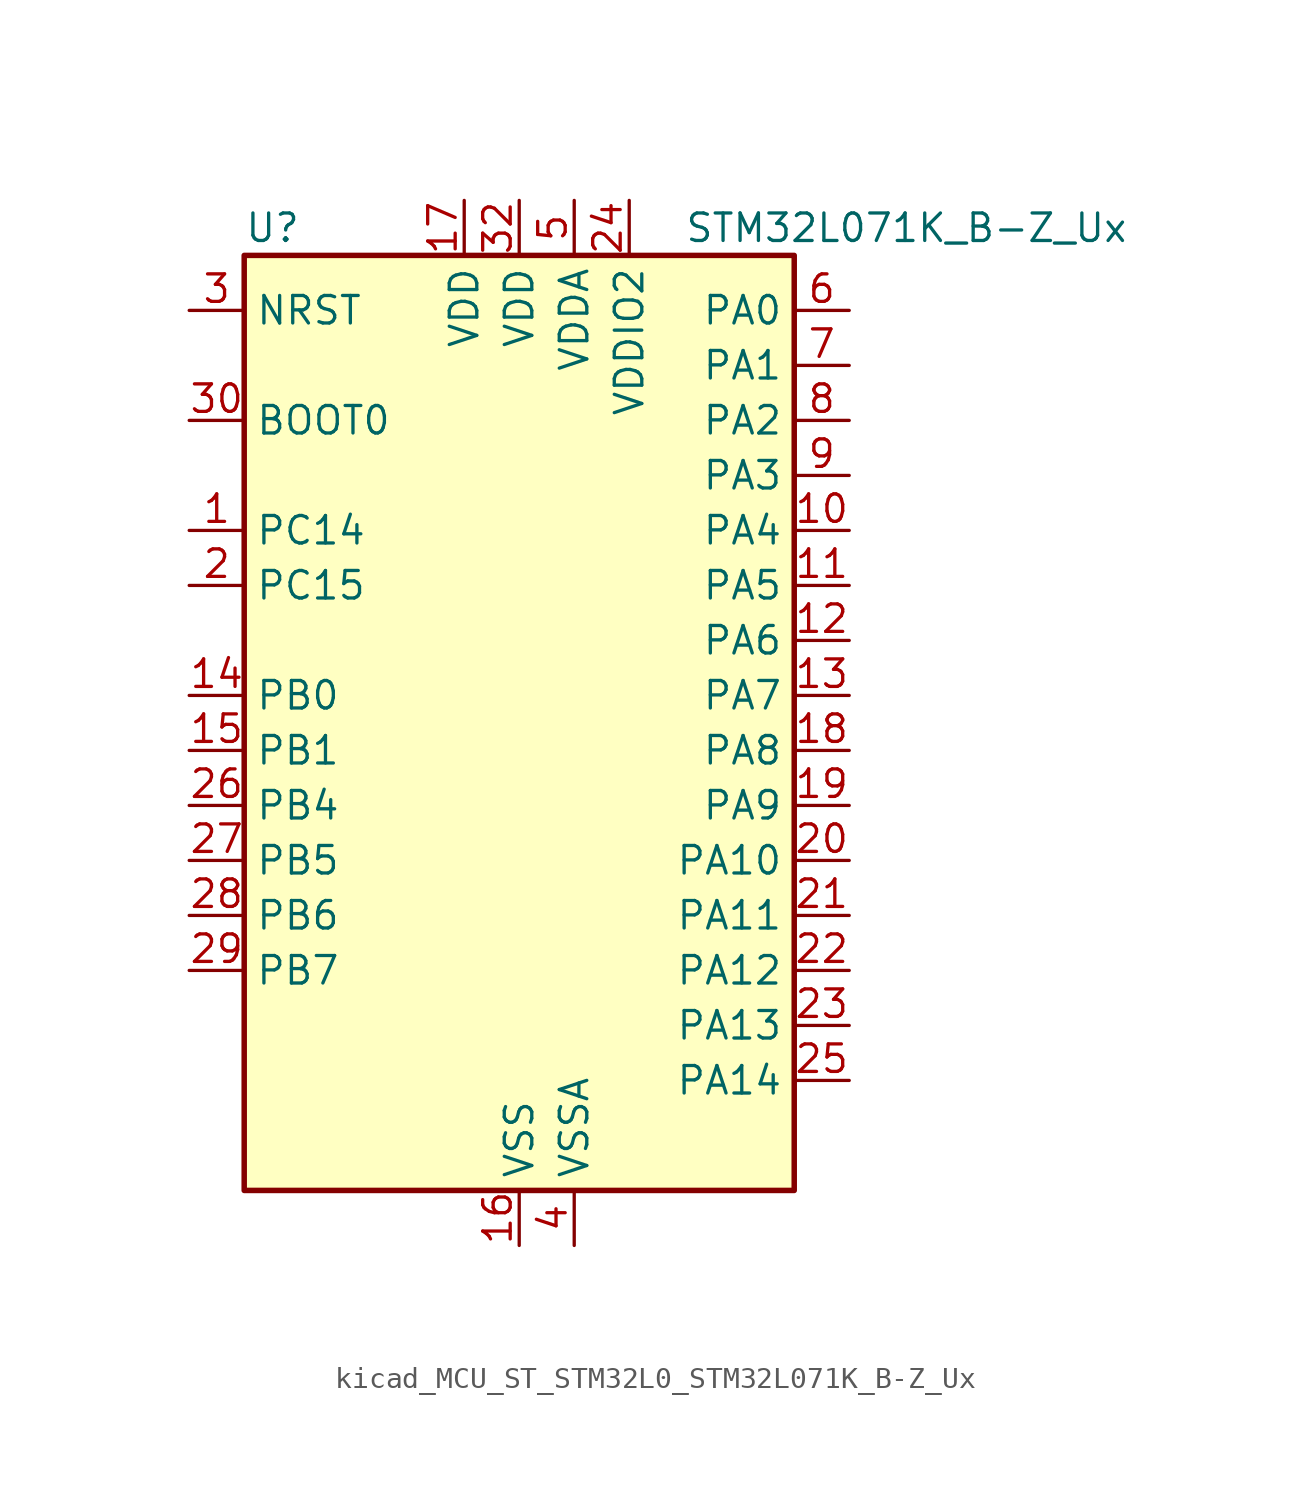
<source format=kicad_sym>
(kicad_symbol_lib
  (version 20220914)
  (generator kicad_symbol_editor)
  (symbol "kicad_MCU_ST_STM32L0_STM32L071K_B-Z_Ux"
    (property "Reference" "U"
      (at -12.7 24.13 0)
      (effects (font (size 1.27 1.27)) (justify left)))
    (property "Value" "STM32L071K_B-Z_Ux"
      (at 7.62 24.13 0)
      (effects (font (size 1.27 1.27)) (justify left)))
    (property "ki_locked" ""
      (at 0 0 0)
      (effects (font (size 1.27 1.27))))
    (symbol "kicad_MCU_ST_STM32L0_STM32L071K_B-Z_Ux_0_1"
      (rectangle (start -12.7 -20.32) (end 12.7 22.86) (stroke (width 0.254) (type default)) (fill (type background))))
    (symbol "kicad_MCU_ST_STM32L0_STM32L071K_B-Z_Ux_1_1"
      (pin bidirectional line (at -15.24 10.16 0) (length 2.54) (name "PC14" (effects (font (size 1.27 1.27)))) (number "1" (effects (font (size 1.27 1.27)))) (alternate "RCC_OSC32_IN" bidirectional line))
      (pin bidirectional line (at 15.24 10.16 180) (length 2.54) (name "PA4" (effects (font (size 1.27 1.27)))) (number "10" (effects (font (size 1.27 1.27)))) (alternate "ADC_IN4" bidirectional line) (alternate "COMP1_INM" bidirectional line) (alternate "COMP2_INM" bidirectional line) (alternate "SPI1_NSS" bidirectional line) (alternate "TIM22_ETR" bidirectional line) (alternate "USART2_CK" bidirectional line))
      (pin bidirectional line (at 15.24 7.62 180) (length 2.54) (name "PA5" (effects (font (size 1.27 1.27)))) (number "11" (effects (font (size 1.27 1.27)))) (alternate "ADC_IN5" bidirectional line) (alternate "COMP1_INM" bidirectional line) (alternate "COMP2_INM" bidirectional line) (alternate "SPI1_SCK" bidirectional line) (alternate "TIM2_CH1" bidirectional line) (alternate "TIM2_ETR" bidirectional line))
      (pin bidirectional line (at 15.24 5.08 180) (length 2.54) (name "PA6" (effects (font (size 1.27 1.27)))) (number "12" (effects (font (size 1.27 1.27)))) (alternate "ADC_IN6" bidirectional line) (alternate "COMP1_OUT" bidirectional line) (alternate "LPUART1_CTS" bidirectional line) (alternate "SPI1_MISO" bidirectional line) (alternate "TIM22_CH1" bidirectional line) (alternate "TIM3_CH1" bidirectional line))
      (pin bidirectional line (at 15.24 2.54 180) (length 2.54) (name "PA7" (effects (font (size 1.27 1.27)))) (number "13" (effects (font (size 1.27 1.27)))) (alternate "ADC_IN7" bidirectional line) (alternate "COMP2_OUT" bidirectional line) (alternate "SPI1_MOSI" bidirectional line) (alternate "TIM22_CH2" bidirectional line) (alternate "TIM3_CH2" bidirectional line))
      (pin bidirectional line (at -15.24 2.54 0) (length 2.54) (name "PB0" (effects (font (size 1.27 1.27)))) (number "14" (effects (font (size 1.27 1.27)))) (alternate "ADC_IN8" bidirectional line) (alternate "SYS_VREF_OUT_PB0" bidirectional line) (alternate "TIM3_CH3" bidirectional line))
      (pin bidirectional line (at -15.24 0 0) (length 2.54) (name "PB1" (effects (font (size 1.27 1.27)))) (number "15" (effects (font (size 1.27 1.27)))) (alternate "ADC_IN9" bidirectional line) (alternate "LPUART1_DE" bidirectional line) (alternate "LPUART1_RTS" bidirectional line) (alternate "SYS_VREF_OUT_PB1" bidirectional line) (alternate "TIM3_CH4" bidirectional line))
      (pin power_in line (at 0 -22.86 90) (length 2.54) (name "VSS" (effects (font (size 1.27 1.27)))) (number "16" (effects (font (size 1.27 1.27)))))
      (pin power_in line (at -2.54 25.4 270) (length 2.54) (name "VDD" (effects (font (size 1.27 1.27)))) (number "17" (effects (font (size 1.27 1.27)))))
      (pin bidirectional line (at 15.24 0 180) (length 2.54) (name "PA8" (effects (font (size 1.27 1.27)))) (number "18" (effects (font (size 1.27 1.27)))) (alternate "I2C3_SCL" bidirectional line) (alternate "RCC_MCO" bidirectional line) (alternate "USART1_CK" bidirectional line))
      (pin bidirectional line (at 15.24 -2.54 180) (length 2.54) (name "PA9" (effects (font (size 1.27 1.27)))) (number "19" (effects (font (size 1.27 1.27)))) (alternate "I2C1_SCL" bidirectional line) (alternate "I2C3_SMBA" bidirectional line) (alternate "RCC_MCO" bidirectional line) (alternate "USART1_TX" bidirectional line))
      (pin bidirectional line (at -15.24 7.62 0) (length 2.54) (name "PC15" (effects (font (size 1.27 1.27)))) (number "2" (effects (font (size 1.27 1.27)))) (alternate "RCC_OSC32_OUT" bidirectional line))
      (pin bidirectional line (at 15.24 -5.08 180) (length 2.54) (name "PA10" (effects (font (size 1.27 1.27)))) (number "20" (effects (font (size 1.27 1.27)))) (alternate "I2C1_SDA" bidirectional line) (alternate "USART1_RX" bidirectional line))
      (pin bidirectional line (at 15.24 -7.62 180) (length 2.54) (name "PA11" (effects (font (size 1.27 1.27)))) (number "21" (effects (font (size 1.27 1.27)))) (alternate "ADC_EXTI11" bidirectional line) (alternate "COMP1_OUT" bidirectional line) (alternate "SPI1_MISO" bidirectional line) (alternate "USART1_CTS" bidirectional line))
      (pin bidirectional line (at 15.24 -10.16 180) (length 2.54) (name "PA12" (effects (font (size 1.27 1.27)))) (number "22" (effects (font (size 1.27 1.27)))) (alternate "COMP2_OUT" bidirectional line) (alternate "SPI1_MOSI" bidirectional line) (alternate "USART1_DE" bidirectional line) (alternate "USART1_RTS" bidirectional line))
      (pin bidirectional line (at 15.24 -12.7 180) (length 2.54) (name "PA13" (effects (font (size 1.27 1.27)))) (number "23" (effects (font (size 1.27 1.27)))) (alternate "LPUART1_RX" bidirectional line) (alternate "SYS_SWDIO" bidirectional line))
      (pin power_in line (at 5.08 25.4 270) (length 2.54) (name "VDDIO2" (effects (font (size 1.27 1.27)))) (number "24" (effects (font (size 1.27 1.27)))))
      (pin bidirectional line (at 15.24 -15.24 180) (length 2.54) (name "PA14" (effects (font (size 1.27 1.27)))) (number "25" (effects (font (size 1.27 1.27)))) (alternate "LPUART1_TX" bidirectional line) (alternate "SYS_SWCLK" bidirectional line) (alternate "USART2_TX" bidirectional line))
      (pin bidirectional line (at -15.24 -2.54 0) (length 2.54) (name "PB4" (effects (font (size 1.27 1.27)))) (number "26" (effects (font (size 1.27 1.27)))) (alternate "COMP2_INP" bidirectional line) (alternate "I2C3_SDA" bidirectional line) (alternate "SPI1_MISO" bidirectional line) (alternate "TIM22_CH1" bidirectional line) (alternate "TIM3_CH1" bidirectional line) (alternate "USART1_CTS" bidirectional line))
      (pin bidirectional line (at -15.24 -5.08 0) (length 2.54) (name "PB5" (effects (font (size 1.27 1.27)))) (number "27" (effects (font (size 1.27 1.27)))) (alternate "COMP2_INP" bidirectional line) (alternate "I2C1_SMBA" bidirectional line) (alternate "LPTIM1_IN1" bidirectional line) (alternate "SPI1_MOSI" bidirectional line) (alternate "TIM22_CH2" bidirectional line) (alternate "TIM3_CH2" bidirectional line) (alternate "USART1_CK" bidirectional line))
      (pin bidirectional line (at -15.24 -7.62 0) (length 2.54) (name "PB6" (effects (font (size 1.27 1.27)))) (number "28" (effects (font (size 1.27 1.27)))) (alternate "COMP2_INP" bidirectional line) (alternate "I2C1_SCL" bidirectional line) (alternate "LPTIM1_ETR" bidirectional line) (alternate "USART1_TX" bidirectional line))
      (pin bidirectional line (at -15.24 -10.16 0) (length 2.54) (name "PB7" (effects (font (size 1.27 1.27)))) (number "29" (effects (font (size 1.27 1.27)))) (alternate "COMP2_INP" bidirectional line) (alternate "I2C1_SDA" bidirectional line) (alternate "LPTIM1_IN2" bidirectional line) (alternate "SYS_PVD_IN" bidirectional line) (alternate "USART1_RX" bidirectional line) (alternate "USART4_CTS" bidirectional line))
      (pin input line (at -15.24 20.32 0) (length 2.54) (name "NRST" (effects (font (size 1.27 1.27)))) (number "3" (effects (font (size 1.27 1.27)))))
      (pin input line (at -15.24 15.24 0) (length 2.54) (name "BOOT0" (effects (font (size 1.27 1.27)))) (number "30" (effects (font (size 1.27 1.27)))))
      (pin passive line (at 0 -22.86 90) (length 2.54) hide (name "VSS" (effects (font (size 1.27 1.27)))) (number "31" (effects (font (size 1.27 1.27)))))
      (pin power_in line (at 0 25.4 270) (length 2.54) (name "VDD" (effects (font (size 1.27 1.27)))) (number "32" (effects (font (size 1.27 1.27)))))
      (pin passive line (at 0 -22.86 90) (length 2.54) hide (name "VSS" (effects (font (size 1.27 1.27)))) (number "33" (effects (font (size 1.27 1.27)))))
      (pin power_in line (at 2.54 -22.86 90) (length 2.54) (name "VSSA" (effects (font (size 1.27 1.27)))) (number "4" (effects (font (size 1.27 1.27)))))
      (pin power_in line (at 2.54 25.4 270) (length 2.54) (name "VDDA" (effects (font (size 1.27 1.27)))) (number "5" (effects (font (size 1.27 1.27)))))
      (pin bidirectional line (at 15.24 20.32 180) (length 2.54) (name "PA0" (effects (font (size 1.27 1.27)))) (number "6" (effects (font (size 1.27 1.27)))) (alternate "ADC_IN0" bidirectional line) (alternate "COMP1_INM" bidirectional line) (alternate "COMP1_OUT" bidirectional line) (alternate "RTC_TAMP2" bidirectional line) (alternate "SYS_WKUP1" bidirectional line) (alternate "TIM2_CH1" bidirectional line) (alternate "TIM2_ETR" bidirectional line) (alternate "USART2_CTS" bidirectional line) (alternate "USART4_TX" bidirectional line))
      (pin bidirectional line (at 15.24 17.78 180) (length 2.54) (name "PA1" (effects (font (size 1.27 1.27)))) (number "7" (effects (font (size 1.27 1.27)))) (alternate "ADC_IN1" bidirectional line) (alternate "COMP1_INP" bidirectional line) (alternate "TIM21_ETR" bidirectional line) (alternate "TIM2_CH2" bidirectional line) (alternate "USART2_DE" bidirectional line) (alternate "USART2_RTS" bidirectional line) (alternate "USART4_RX" bidirectional line))
      (pin bidirectional line (at 15.24 15.24 180) (length 2.54) (name "PA2" (effects (font (size 1.27 1.27)))) (number "8" (effects (font (size 1.27 1.27)))) (alternate "ADC_IN2" bidirectional line) (alternate "COMP2_INM" bidirectional line) (alternate "COMP2_OUT" bidirectional line) (alternate "LPUART1_TX" bidirectional line) (alternate "TIM21_CH1" bidirectional line) (alternate "TIM2_CH3" bidirectional line) (alternate "USART2_TX" bidirectional line))
      (pin bidirectional line (at 15.24 12.7 180) (length 2.54) (name "PA3" (effects (font (size 1.27 1.27)))) (number "9" (effects (font (size 1.27 1.27)))) (alternate "ADC_IN3" bidirectional line) (alternate "COMP2_INP" bidirectional line) (alternate "LPUART1_RX" bidirectional line) (alternate "TIM21_CH2" bidirectional line) (alternate "TIM2_CH4" bidirectional line) (alternate "USART2_RX" bidirectional line)))))
</source>
